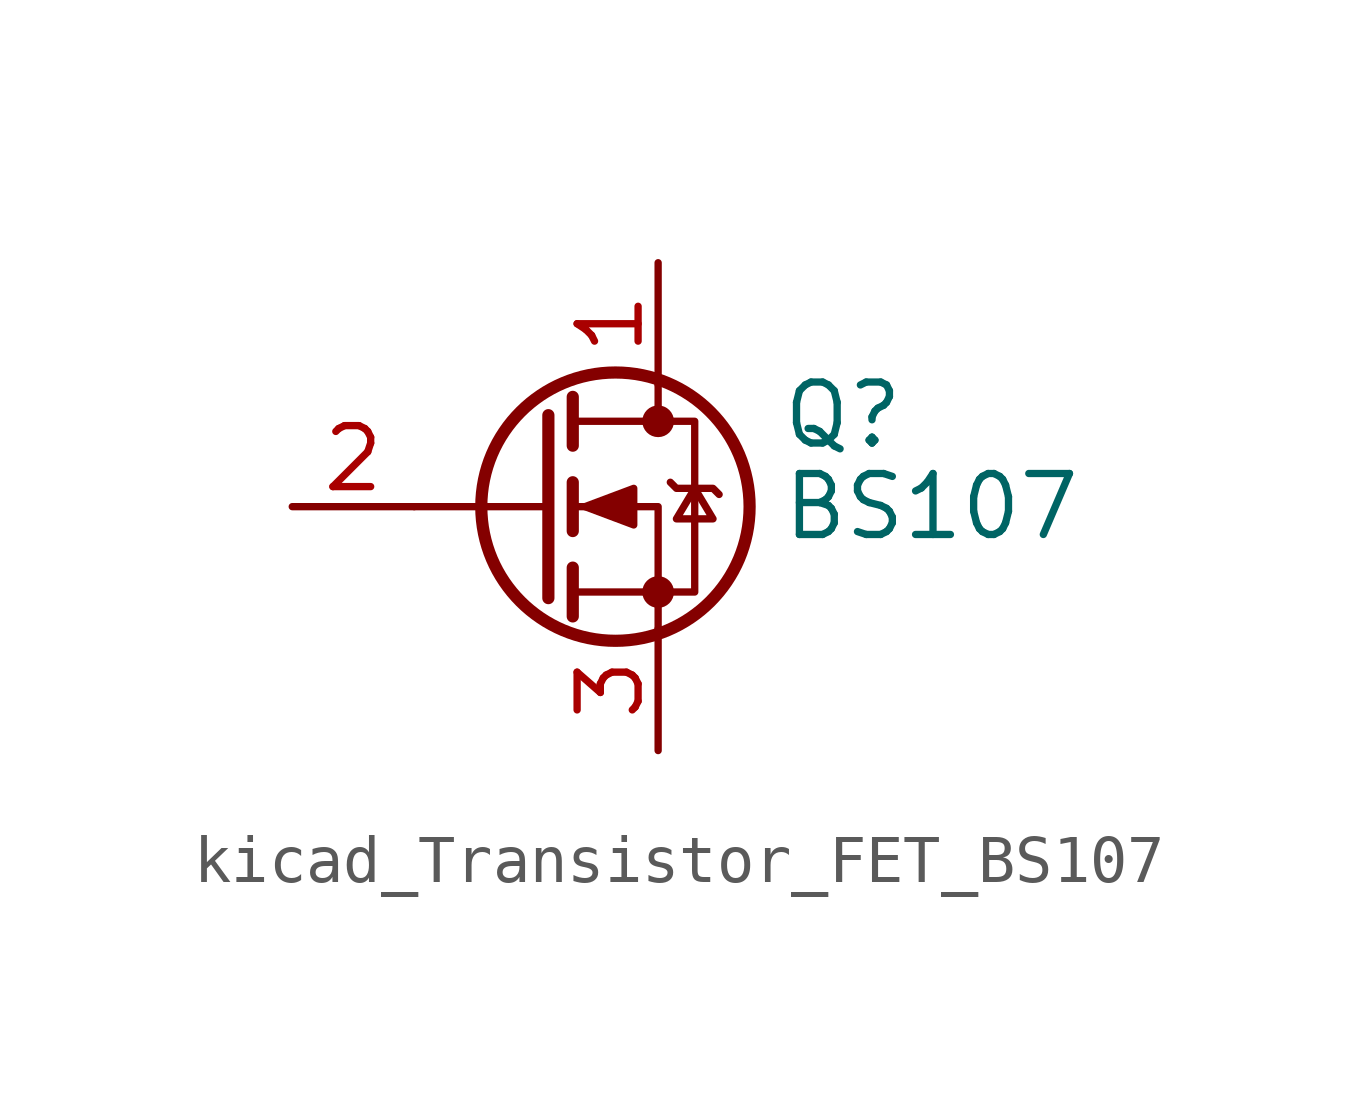
<source format=kicad_sym>
(kicad_symbol_lib
  (version 20220914)
  (generator kicad_symbol_editor)
  (symbol "kicad_Transistor_FET_BS107"
    (pin_names hide)
    (property "Reference" "Q"
      (at 5.08 1.905 0)
      (effects (font (size 1.27 1.27)) (justify left)))
    (property "Value" "BS107"
      (at 5.08 0 0)
      (effects (font (size 1.27 1.27)) (justify left)))
    (symbol "kicad_Transistor_FET_BS107_0_1"
      (polyline (pts (xy 0.254 0) (xy -2.54 0)) (stroke (width 0) (type default)) (fill (type none)))
      (polyline (pts (xy 0.254 1.905) (xy 0.254 -1.905)) (stroke (width 0.254) (type default)) (fill (type none)))
      (polyline (pts (xy 0.762 -1.27) (xy 0.762 -2.286)) (stroke (width 0.254) (type default)) (fill (type none)))
      (polyline (pts (xy 0.762 0.508) (xy 0.762 -0.508)) (stroke (width 0.254) (type default)) (fill (type none)))
      (polyline (pts (xy 0.762 2.286) (xy 0.762 1.27)) (stroke (width 0.254) (type default)) (fill (type none)))
      (polyline (pts (xy 2.54 2.54) (xy 2.54 1.778)) (stroke (width 0) (type default)) (fill (type none)))
      (polyline (pts (xy 2.54 -2.54) (xy 2.54 0) (xy 0.762 0)) (stroke (width 0) (type default)) (fill (type none)))
      (polyline (pts (xy 0.762 -1.778) (xy 3.302 -1.778) (xy 3.302 1.778) (xy 0.762 1.778)) (stroke (width 0) (type default)) (fill (type none)))
      (polyline (pts (xy 1.016 0) (xy 2.032 0.381) (xy 2.032 -0.381) (xy 1.016 0)) (stroke (width 0) (type default)) (fill (type outline)))
      (polyline (pts (xy 2.794 0.508) (xy 2.921 0.381) (xy 3.683 0.381) (xy 3.81 0.254)) (stroke (width 0) (type default)) (fill (type none)))
      (polyline (pts (xy 3.302 0.381) (xy 2.921 -0.254) (xy 3.683 -0.254) (xy 3.302 0.381)) (stroke (width 0) (type default)) (fill (type none)))
      (circle (center 1.651 0) (radius 2.794) (stroke (width 0.254) (type default)) (fill (type none)))
      (circle (center 2.54 -1.778) (radius 0.254) (stroke (width 0) (type default)) (fill (type outline)))
      (circle (center 2.54 1.778) (radius 0.254) (stroke (width 0) (type default)) (fill (type outline))))
    (symbol "kicad_Transistor_FET_BS107_1_1"
      (pin passive line (at 2.54 5.08 270) (length 2.54) (name "D" (effects (font (size 1.27 1.27)))) (number "1" (effects (font (size 1.27 1.27)))))
      (pin input line (at -5.08 0 0) (length 2.54) (name "G" (effects (font (size 1.27 1.27)))) (number "2" (effects (font (size 1.27 1.27)))))
      (pin passive line (at 2.54 -5.08 90) (length 2.54) (name "S" (effects (font (size 1.27 1.27)))) (number "3" (effects (font (size 1.27 1.27))))))))
</source>
